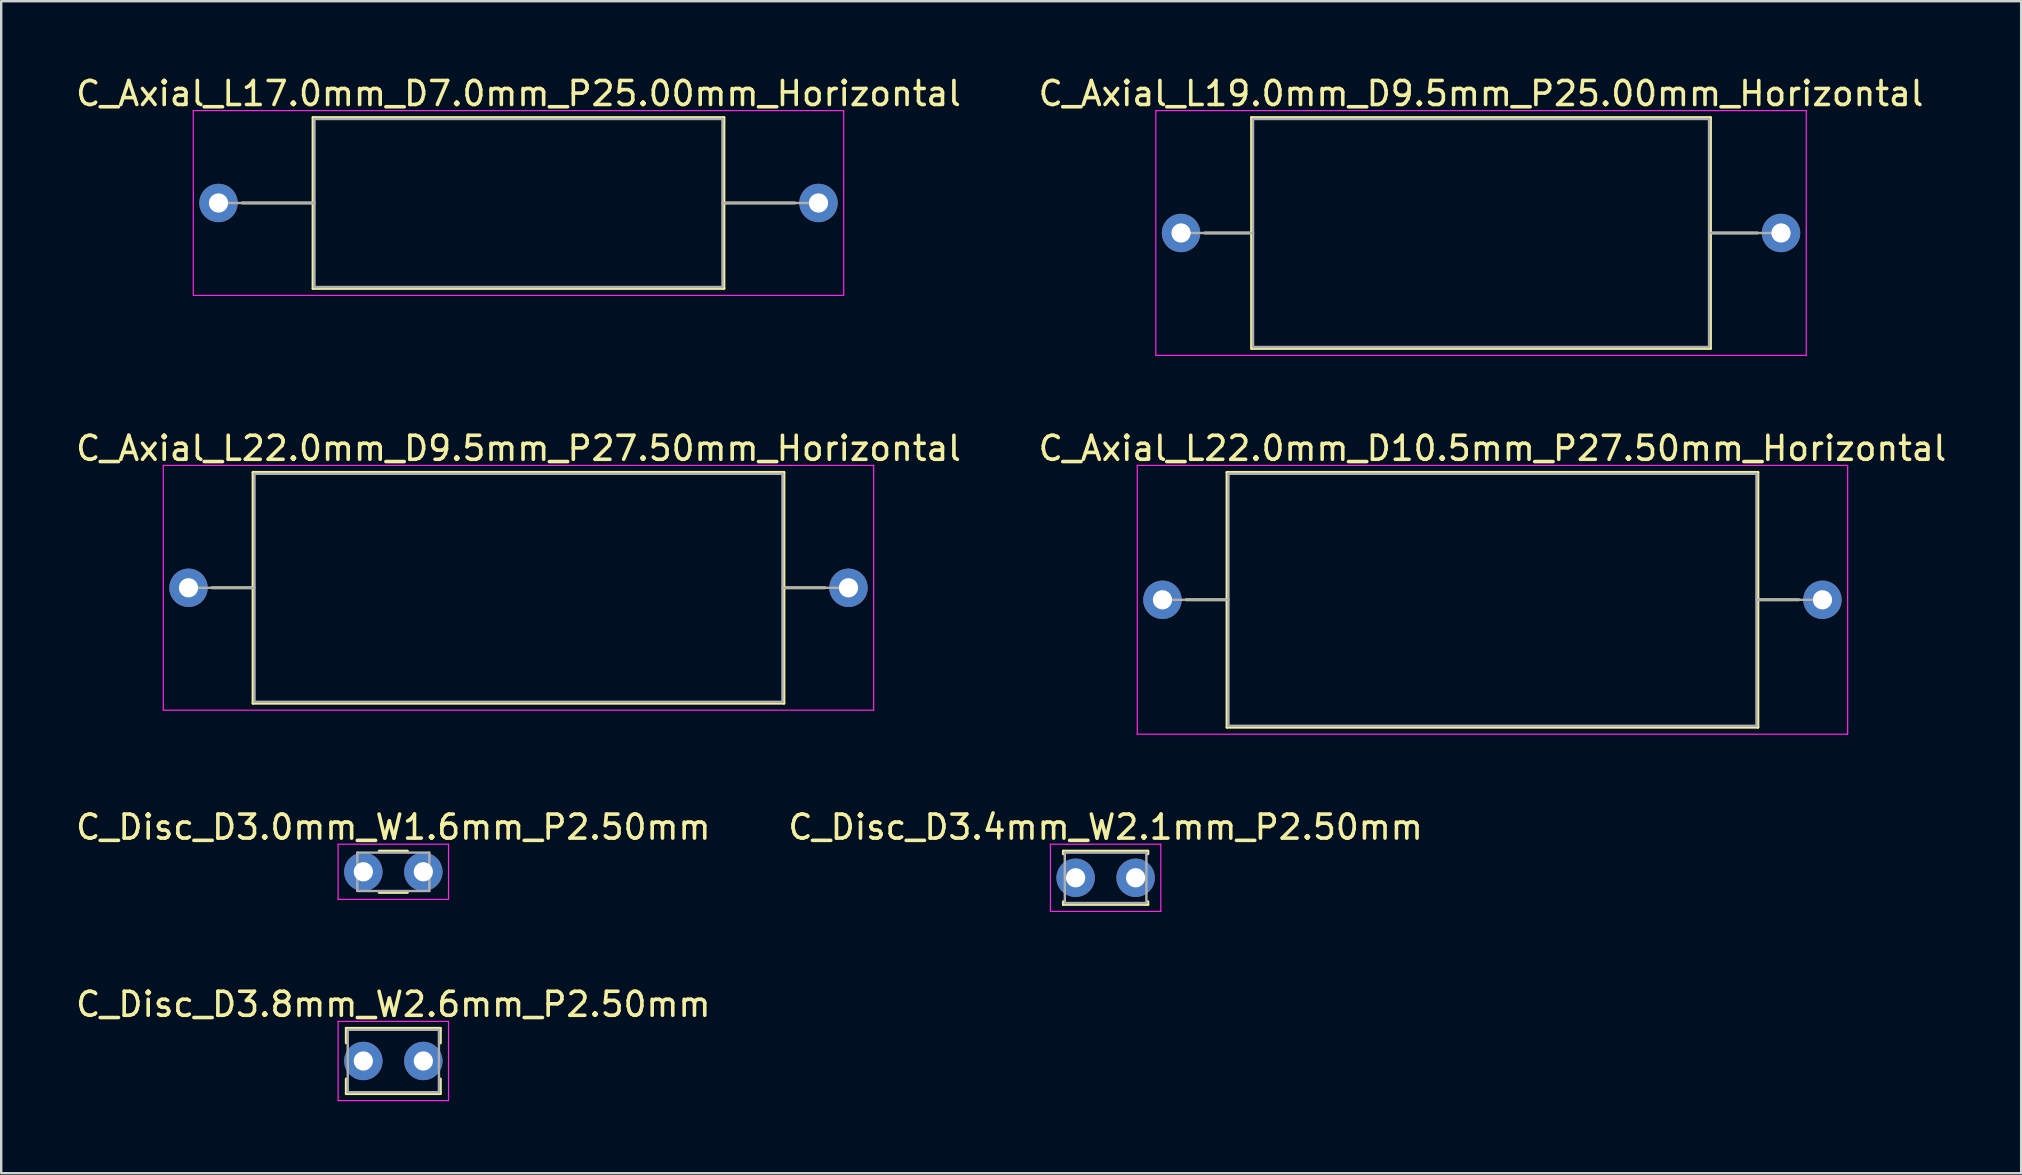
<source format=kicad_pcb>
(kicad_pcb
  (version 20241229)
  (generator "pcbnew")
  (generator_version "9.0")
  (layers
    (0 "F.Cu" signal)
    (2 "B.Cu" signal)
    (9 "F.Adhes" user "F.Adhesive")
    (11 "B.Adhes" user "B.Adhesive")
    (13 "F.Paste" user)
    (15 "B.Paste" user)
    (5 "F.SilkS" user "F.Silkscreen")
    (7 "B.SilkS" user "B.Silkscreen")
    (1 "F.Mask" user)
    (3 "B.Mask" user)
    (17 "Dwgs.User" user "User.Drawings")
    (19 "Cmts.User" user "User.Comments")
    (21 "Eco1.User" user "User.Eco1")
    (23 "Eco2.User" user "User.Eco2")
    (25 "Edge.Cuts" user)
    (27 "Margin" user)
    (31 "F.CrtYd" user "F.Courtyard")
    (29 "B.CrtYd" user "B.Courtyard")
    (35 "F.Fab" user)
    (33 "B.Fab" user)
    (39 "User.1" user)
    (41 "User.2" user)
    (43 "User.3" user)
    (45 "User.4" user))
  (footprint "C_Axial_L17.0mm_D7.0mm_P25.00mm_Horizontal"
    (layer "F.Cu")
    (at 6.054 5.408)
    (property "Reference" "C_Axial_L17.0mm_D7.0mm_P25.00mm_Horizontal" (at 12.5 -4.56 0) (layer "F.SilkS") (effects (font (size 1 1) (thickness 0.15))))
    (attr through_hole)
    (fp_line (start 0.98 0) (end 3.94 0) (stroke (width 0.12) (type solid)) (layer "F.SilkS"))
    (fp_line (start 3.94 -3.56) (end 3.94 3.56) (stroke (width 0.12) (type solid)) (layer "F.SilkS"))
    (fp_line (start 3.94 3.56) (end 21.06 3.56) (stroke (width 0.12) (type solid)) (layer "F.SilkS"))
    (fp_line (start 21.06 -3.56) (end 3.94 -3.56) (stroke (width 0.12) (type solid)) (layer "F.SilkS"))
    (fp_line (start 21.06 3.56) (end 21.06 -3.56) (stroke (width 0.12) (type solid)) (layer "F.SilkS"))
    (fp_line (start 24.02 0) (end 21.06 0) (stroke (width 0.12) (type solid)) (layer "F.SilkS"))
    (fp_line (start -1.05 -3.85) (end -1.05 3.85) (stroke (width 0.05) (type solid)) (layer "F.CrtYd"))
    (fp_line (start -1.05 3.85) (end 26.05 3.85) (stroke (width 0.05) (type solid)) (layer "F.CrtYd"))
    (fp_line (start 26.05 -3.85) (end -1.05 -3.85) (stroke (width 0.05) (type solid)) (layer "F.CrtYd"))
    (fp_line (start 26.05 3.85) (end 26.05 -3.85) (stroke (width 0.05) (type solid)) (layer "F.CrtYd"))
    (fp_line (start 0 0) (end 4 0) (stroke (width 0.1) (type solid)) (layer "F.Fab"))
    (fp_line (start 4 -3.5) (end 4 3.5) (stroke (width 0.1) (type solid)) (layer "F.Fab"))
    (fp_line (start 4 3.5) (end 21 3.5) (stroke (width 0.1) (type solid)) (layer "F.Fab"))
    (fp_line (start 21 -3.5) (end 4 -3.5) (stroke (width 0.1) (type solid)) (layer "F.Fab"))
    (fp_line (start 21 3.5) (end 21 -3.5) (stroke (width 0.1) (type solid)) (layer "F.Fab"))
    (fp_line (start 25 0) (end 21 0) (stroke (width 0.1) (type solid)) (layer "F.Fab"))
    (pad "1" thru_hole circle (at 0 0) (size 1.6 1.6) (drill 0.8) (layers "*.Cu" "*.Mask"))
    (pad "2" thru_hole oval (at 25 0) (size 1.6 1.6) (drill 0.8) (layers "*.Cu" "*.Mask")))
  (footprint "C_Disc_D3.8mm_W2.6mm_P2.50mm"
    (layer "F.Cu")
    (at 12.089 41.158)
    (property "Reference" "C_Disc_D3.8mm_W2.6mm_P2.50mm" (at 1.25 -2.36 0) (layer "F.SilkS") (effects (font (size 1 1) (thickness 0.15))))
    (attr through_hole)
    (fp_line (start -0.71 -1.36) (end -0.71 -0.75) (stroke (width 0.12) (type solid)) (layer "F.SilkS"))
    (fp_line (start -0.71 -1.36) (end 3.21 -1.36) (stroke (width 0.12) (type solid)) (layer "F.SilkS"))
    (fp_line (start -0.71 0.75) (end -0.71 1.36) (stroke (width 0.12) (type solid)) (layer "F.SilkS"))
    (fp_line (start -0.71 1.36) (end 3.21 1.36) (stroke (width 0.12) (type solid)) (layer "F.SilkS"))
    (fp_line (start 3.21 -1.36) (end 3.21 -0.75) (stroke (width 0.12) (type solid)) (layer "F.SilkS"))
    (fp_line (start 3.21 0.75) (end 3.21 1.36) (stroke (width 0.12) (type solid)) (layer "F.SilkS"))
    (fp_line (start -1.05 -1.65) (end -1.05 1.65) (stroke (width 0.05) (type solid)) (layer "F.CrtYd"))
    (fp_line (start -1.05 1.65) (end 3.55 1.65) (stroke (width 0.05) (type solid)) (layer "F.CrtYd"))
    (fp_line (start 3.55 -1.65) (end -1.05 -1.65) (stroke (width 0.05) (type solid)) (layer "F.CrtYd"))
    (fp_line (start 3.55 1.65) (end 3.55 -1.65) (stroke (width 0.05) (type solid)) (layer "F.CrtYd"))
    (fp_line (start -0.65 -1.3) (end -0.65 1.3) (stroke (width 0.1) (type solid)) (layer "F.Fab"))
    (fp_line (start -0.65 1.3) (end 3.15 1.3) (stroke (width 0.1) (type solid)) (layer "F.Fab"))
    (fp_line (start 3.15 -1.3) (end -0.65 -1.3) (stroke (width 0.1) (type solid)) (layer "F.Fab"))
    (fp_line (start 3.15 1.3) (end 3.15 -1.3) (stroke (width 0.1) (type solid)) (layer "F.Fab"))
    (pad "1" thru_hole circle (at 0 0) (size 1.6 1.6) (drill 0.8) (layers "*.Cu" "*.Mask"))
    (pad "2" thru_hole circle (at 2.5 0) (size 1.6 1.6) (drill 0.8) (layers "*.Cu" "*.Mask")))
  (footprint "C_Axial_L19.0mm_D9.5mm_P25.00mm_Horizontal"
    (layer "F.Cu")
    (at 46.161 6.658)
    (property "Reference" "C_Axial_L19.0mm_D9.5mm_P25.00mm_Horizontal" (at 12.5 -5.81 0) (layer "F.SilkS") (effects (font (size 1 1) (thickness 0.15))))
    (attr through_hole)
    (fp_line (start 0.98 0) (end 2.94 0) (stroke (width 0.12) (type solid)) (layer "F.SilkS"))
    (fp_line (start 2.94 -4.81) (end 2.94 4.81) (stroke (width 0.12) (type solid)) (layer "F.SilkS"))
    (fp_line (start 2.94 4.81) (end 22.06 4.81) (stroke (width 0.12) (type solid)) (layer "F.SilkS"))
    (fp_line (start 22.06 -4.81) (end 2.94 -4.81) (stroke (width 0.12) (type solid)) (layer "F.SilkS"))
    (fp_line (start 22.06 4.81) (end 22.06 -4.81) (stroke (width 0.12) (type solid)) (layer "F.SilkS"))
    (fp_line (start 24.02 0) (end 22.06 0) (stroke (width 0.12) (type solid)) (layer "F.SilkS"))
    (fp_line (start -1.05 -5.1) (end -1.05 5.1) (stroke (width 0.05) (type solid)) (layer "F.CrtYd"))
    (fp_line (start -1.05 5.1) (end 26.05 5.1) (stroke (width 0.05) (type solid)) (layer "F.CrtYd"))
    (fp_line (start 26.05 -5.1) (end -1.05 -5.1) (stroke (width 0.05) (type solid)) (layer "F.CrtYd"))
    (fp_line (start 26.05 5.1) (end 26.05 -5.1) (stroke (width 0.05) (type solid)) (layer "F.CrtYd"))
    (fp_line (start 0 0) (end 3 0) (stroke (width 0.1) (type solid)) (layer "F.Fab"))
    (fp_line (start 3 -4.75) (end 3 4.75) (stroke (width 0.1) (type solid)) (layer "F.Fab"))
    (fp_line (start 3 4.75) (end 22 4.75) (stroke (width 0.1) (type solid)) (layer "F.Fab"))
    (fp_line (start 22 -4.75) (end 3 -4.75) (stroke (width 0.1) (type solid)) (layer "F.Fab"))
    (fp_line (start 22 4.75) (end 22 -4.75) (stroke (width 0.1) (type solid)) (layer "F.Fab"))
    (fp_line (start 25 0) (end 22 0) (stroke (width 0.1) (type solid)) (layer "F.Fab"))
    (pad "1" thru_hole circle (at 0 0) (size 1.6 1.6) (drill 0.8) (layers "*.Cu" "*.Mask"))
    (pad "2" thru_hole oval (at 25 0) (size 1.6 1.6) (drill 0.8) (layers "*.Cu" "*.Mask")))
  (footprint "C_Axial_L22.0mm_D10.5mm_P27.50mm_Horizontal"
    (layer "F.Cu")
    (at 45.387 21.942)
    (property "Reference" "C_Axial_L22.0mm_D10.5mm_P27.50mm_Horizontal" (at 13.75 -6.31 0) (layer "F.SilkS") (effects (font (size 1 1) (thickness 0.15))))
    (attr through_hole)
    (fp_line (start 0.98 0) (end 2.69 0) (stroke (width 0.12) (type solid)) (layer "F.SilkS"))
    (fp_line (start 2.69 -5.31) (end 2.69 5.31) (stroke (width 0.12) (type solid)) (layer "F.SilkS"))
    (fp_line (start 2.69 5.31) (end 24.81 5.31) (stroke (width 0.12) (type solid)) (layer "F.SilkS"))
    (fp_line (start 24.81 -5.31) (end 2.69 -5.31) (stroke (width 0.12) (type solid)) (layer "F.SilkS"))
    (fp_line (start 24.81 5.31) (end 24.81 -5.31) (stroke (width 0.12) (type solid)) (layer "F.SilkS"))
    (fp_line (start 26.52 0) (end 24.81 0) (stroke (width 0.12) (type solid)) (layer "F.SilkS"))
    (fp_line (start -1.05 -5.6) (end -1.05 5.6) (stroke (width 0.05) (type solid)) (layer "F.CrtYd"))
    (fp_line (start -1.05 5.6) (end 28.55 5.6) (stroke (width 0.05) (type solid)) (layer "F.CrtYd"))
    (fp_line (start 28.55 -5.6) (end -1.05 -5.6) (stroke (width 0.05) (type solid)) (layer "F.CrtYd"))
    (fp_line (start 28.55 5.6) (end 28.55 -5.6) (stroke (width 0.05) (type solid)) (layer "F.CrtYd"))
    (fp_line (start 0 0) (end 2.75 0) (stroke (width 0.1) (type solid)) (layer "F.Fab"))
    (fp_line (start 2.75 -5.25) (end 2.75 5.25) (stroke (width 0.1) (type solid)) (layer "F.Fab"))
    (fp_line (start 2.75 5.25) (end 24.75 5.25) (stroke (width 0.1) (type solid)) (layer "F.Fab"))
    (fp_line (start 24.75 -5.25) (end 2.75 -5.25) (stroke (width 0.1) (type solid)) (layer "F.Fab"))
    (fp_line (start 24.75 5.25) (end 24.75 -5.25) (stroke (width 0.1) (type solid)) (layer "F.Fab"))
    (fp_line (start 27.5 0) (end 24.75 0) (stroke (width 0.1) (type solid)) (layer "F.Fab"))
    (pad "1" thru_hole circle (at 0 0) (size 1.6 1.6) (drill 0.8) (layers "*.Cu" "*.Mask"))
    (pad "2" thru_hole oval (at 27.5 0) (size 1.6 1.6) (drill 0.8) (layers "*.Cu" "*.Mask")))
  (footprint "C_Disc_D3.4mm_W2.1mm_P2.50mm"
    (layer "F.Cu")
    (at 41.768 33.525)
    (property "Reference" "C_Disc_D3.4mm_W2.1mm_P2.50mm" (at 1.25 -2.11 0) (layer "F.SilkS") (effects (font (size 1 1) (thickness 0.15))))
    (attr through_hole)
    (fp_line (start -0.51 -1.11) (end -0.51 -0.996) (stroke (width 0.12) (type solid)) (layer "F.SilkS"))
    (fp_line (start -0.51 -1.11) (end 3.01 -1.11) (stroke (width 0.12) (type solid)) (layer "F.SilkS"))
    (fp_line (start -0.51 0.996) (end -0.51 1.11) (stroke (width 0.12) (type solid)) (layer "F.SilkS"))
    (fp_line (start -0.51 1.11) (end 3.01 1.11) (stroke (width 0.12) (type solid)) (layer "F.SilkS"))
    (fp_line (start 3.01 -1.11) (end 3.01 -0.996) (stroke (width 0.12) (type solid)) (layer "F.SilkS"))
    (fp_line (start 3.01 0.996) (end 3.01 1.11) (stroke (width 0.12) (type solid)) (layer "F.SilkS"))
    (fp_line (start -1.05 -1.4) (end -1.05 1.4) (stroke (width 0.05) (type solid)) (layer "F.CrtYd"))
    (fp_line (start -1.05 1.4) (end 3.55 1.4) (stroke (width 0.05) (type solid)) (layer "F.CrtYd"))
    (fp_line (start 3.55 -1.4) (end -1.05 -1.4) (stroke (width 0.05) (type solid)) (layer "F.CrtYd"))
    (fp_line (start 3.55 1.4) (end 3.55 -1.4) (stroke (width 0.05) (type solid)) (layer "F.CrtYd"))
    (fp_line (start -0.45 -1.05) (end -0.45 1.05) (stroke (width 0.1) (type solid)) (layer "F.Fab"))
    (fp_line (start -0.45 1.05) (end 2.95 1.05) (stroke (width 0.1) (type solid)) (layer "F.Fab"))
    (fp_line (start 2.95 -1.05) (end -0.45 -1.05) (stroke (width 0.1) (type solid)) (layer "F.Fab"))
    (fp_line (start 2.95 1.05) (end 2.95 -1.05) (stroke (width 0.1) (type solid)) (layer "F.Fab"))
    (pad "1" thru_hole circle (at 0 0) (size 1.6 1.6) (drill 0.8) (layers "*.Cu" "*.Mask"))
    (pad "2" thru_hole circle (at 2.5 0) (size 1.6 1.6) (drill 0.8) (layers "*.Cu" "*.Mask")))
  (footprint "C_Disc_D3.0mm_W1.6mm_P2.50mm"
    (layer "F.Cu")
    (at 12.089 33.275)
    (property "Reference" "C_Disc_D3.0mm_W1.6mm_P2.50mm" (at 1.25 -1.86 0) (layer "F.SilkS") (effects (font (size 1 1) (thickness 0.15))))
    (attr through_hole)
    (fp_line (start 0.663 -0.861) (end 1.837 -0.861) (stroke (width 0.12) (type solid)) (layer "F.SilkS"))
    (fp_line (start 0.663 0.861) (end 1.837 0.861) (stroke (width 0.12) (type solid)) (layer "F.SilkS"))
    (fp_line (start -1.05 -1.15) (end -1.05 1.15) (stroke (width 0.05) (type solid)) (layer "F.CrtYd"))
    (fp_line (start -1.05 1.15) (end 3.55 1.15) (stroke (width 0.05) (type solid)) (layer "F.CrtYd"))
    (fp_line (start 3.55 -1.15) (end -1.05 -1.15) (stroke (width 0.05) (type solid)) (layer "F.CrtYd"))
    (fp_line (start 3.55 1.15) (end 3.55 -1.15) (stroke (width 0.05) (type solid)) (layer "F.CrtYd"))
    (fp_line (start -0.25 -0.8) (end -0.25 0.8) (stroke (width 0.1) (type solid)) (layer "F.Fab"))
    (fp_line (start -0.25 0.8) (end 2.75 0.8) (stroke (width 0.1) (type solid)) (layer "F.Fab"))
    (fp_line (start 2.75 -0.8) (end -0.25 -0.8) (stroke (width 0.1) (type solid)) (layer "F.Fab"))
    (fp_line (start 2.75 0.8) (end 2.75 -0.8) (stroke (width 0.1) (type solid)) (layer "F.Fab"))
    (pad "1" thru_hole circle (at 0 0) (size 1.6 1.6) (drill 0.8) (layers "*.Cu" "*.Mask"))
    (pad "2" thru_hole circle (at 2.5 0) (size 1.6 1.6) (drill 0.8) (layers "*.Cu" "*.Mask")))
  (footprint "C_Axial_L22.0mm_D9.5mm_P27.50mm_Horizontal"
    (layer "F.Cu")
    (at 4.804 21.442)
    (property "Reference" "C_Axial_L22.0mm_D9.5mm_P27.50mm_Horizontal" (at 13.75 -5.81 0) (layer "F.SilkS") (effects (font (size 1 1) (thickness 0.15))))
    (attr through_hole)
    (fp_line (start 0.98 0) (end 2.69 0) (stroke (width 0.12) (type solid)) (layer "F.SilkS"))
    (fp_line (start 2.69 -4.81) (end 2.69 4.81) (stroke (width 0.12) (type solid)) (layer "F.SilkS"))
    (fp_line (start 2.69 4.81) (end 24.81 4.81) (stroke (width 0.12) (type solid)) (layer "F.SilkS"))
    (fp_line (start 24.81 -4.81) (end 2.69 -4.81) (stroke (width 0.12) (type solid)) (layer "F.SilkS"))
    (fp_line (start 24.81 4.81) (end 24.81 -4.81) (stroke (width 0.12) (type solid)) (layer "F.SilkS"))
    (fp_line (start 26.52 0) (end 24.81 0) (stroke (width 0.12) (type solid)) (layer "F.SilkS"))
    (fp_line (start -1.05 -5.1) (end -1.05 5.1) (stroke (width 0.05) (type solid)) (layer "F.CrtYd"))
    (fp_line (start -1.05 5.1) (end 28.55 5.1) (stroke (width 0.05) (type solid)) (layer "F.CrtYd"))
    (fp_line (start 28.55 -5.1) (end -1.05 -5.1) (stroke (width 0.05) (type solid)) (layer "F.CrtYd"))
    (fp_line (start 28.55 5.1) (end 28.55 -5.1) (stroke (width 0.05) (type solid)) (layer "F.CrtYd"))
    (fp_line (start 0 0) (end 2.75 0) (stroke (width 0.1) (type solid)) (layer "F.Fab"))
    (fp_line (start 2.75 -4.75) (end 2.75 4.75) (stroke (width 0.1) (type solid)) (layer "F.Fab"))
    (fp_line (start 2.75 4.75) (end 24.75 4.75) (stroke (width 0.1) (type solid)) (layer "F.Fab"))
    (fp_line (start 24.75 -4.75) (end 2.75 -4.75) (stroke (width 0.1) (type solid)) (layer "F.Fab"))
    (fp_line (start 24.75 4.75) (end 24.75 -4.75) (stroke (width 0.1) (type solid)) (layer "F.Fab"))
    (fp_line (start 27.5 0) (end 24.75 0) (stroke (width 0.1) (type solid)) (layer "F.Fab"))
    (pad "1" thru_hole circle (at 0 0) (size 1.6 1.6) (drill 0.8) (layers "*.Cu" "*.Mask"))
    (pad "2" thru_hole oval (at 27.5 0) (size 1.6 1.6) (drill 0.8) (layers "*.Cu" "*.Mask")))
  (gr_rect
    (start -3 -3)
    (end 81.167 45.833)
    (stroke (width 0.1) (type default))
    (fill no)
    (layer "Edge.Cuts")))
</source>
